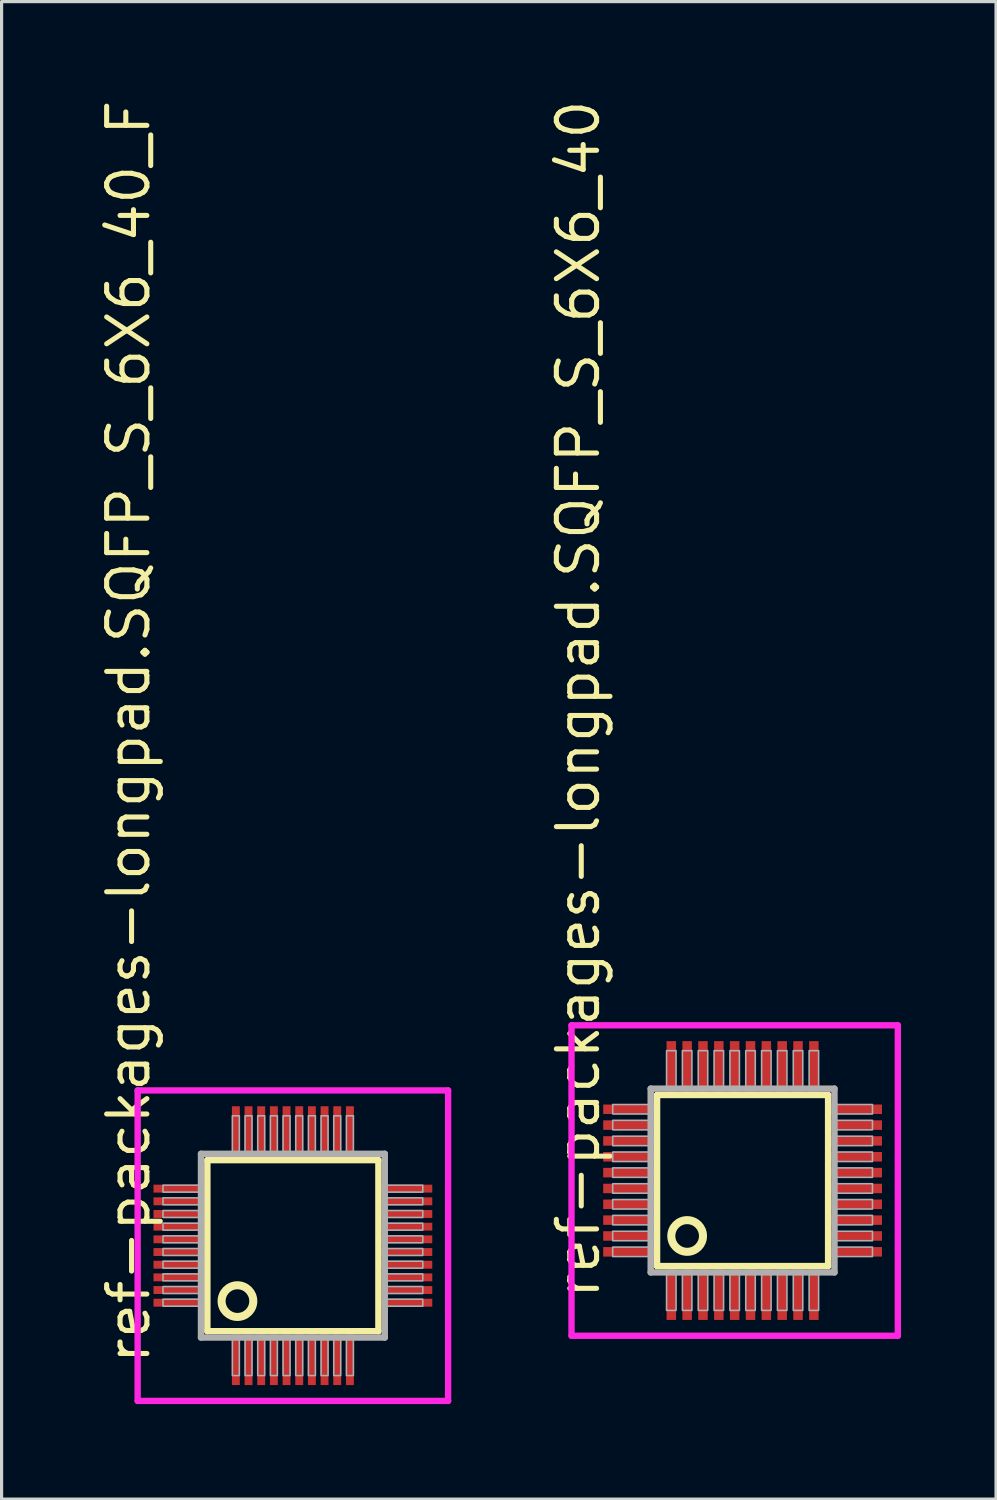
<source format=kicad_pcb>
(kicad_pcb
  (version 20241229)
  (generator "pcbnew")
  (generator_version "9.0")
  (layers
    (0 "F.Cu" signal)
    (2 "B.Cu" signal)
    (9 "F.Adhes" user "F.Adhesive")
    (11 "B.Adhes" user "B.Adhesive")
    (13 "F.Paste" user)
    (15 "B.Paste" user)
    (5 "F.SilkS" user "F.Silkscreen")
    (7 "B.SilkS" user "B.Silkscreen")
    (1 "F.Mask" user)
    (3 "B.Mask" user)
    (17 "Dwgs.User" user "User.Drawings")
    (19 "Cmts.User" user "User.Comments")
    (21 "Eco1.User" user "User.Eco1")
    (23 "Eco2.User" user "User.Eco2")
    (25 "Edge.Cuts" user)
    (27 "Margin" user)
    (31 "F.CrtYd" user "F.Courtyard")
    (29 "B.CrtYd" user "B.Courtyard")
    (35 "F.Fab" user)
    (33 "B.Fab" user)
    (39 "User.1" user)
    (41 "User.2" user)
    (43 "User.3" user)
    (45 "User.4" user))
  (footprint "ref-packages-longpad.SQFP_S_6X6_40_F"
    (layer "F.Cu")
    (at 6.195 36.27)
    (property "Reference" "ref-packages-longpad.SQFP_S_6X6_40_F" (at -4.445 3.81 90) (layer "F.SilkS") (effects (font (size 1.27 1.27) (thickness 0.16)) (justify left bottom)))
    (attr smd)
    (fp_line (start -2.7 -2.7) (end 2.7 -2.7) (stroke (width 0.203) (type default)) (layer "F.SilkS"))
    (fp_line (start -2.7 2.7) (end -2.7 -2.7) (stroke (width 0.203) (type default)) (layer "F.SilkS"))
    (fp_line (start 2.7 -2.7) (end 2.7 2.7) (stroke (width 0.203) (type default)) (layer "F.SilkS"))
    (fp_line (start 2.7 2.7) (end -2.7 2.7) (stroke (width 0.203) (type default)) (layer "F.SilkS"))
    (fp_circle (center -1.75 1.75) (end -1.25 1.75) (stroke (width 0.254) (type default)) (fill no) (layer "F.SilkS"))
    (fp_line (start -4.9 -4.9) (end 4.9 -4.9) (stroke (width 0.2) (type default)) (layer "F.CrtYd"))
    (fp_line (start -4.9 4.9) (end -4.9 -4.9) (stroke (width 0.2) (type default)) (layer "F.CrtYd"))
    (fp_line (start 4.9 -4.9) (end 4.9 4.9) (stroke (width 0.2) (type default)) (layer "F.CrtYd"))
    (fp_line (start 4.9 4.9) (end -4.9 4.9) (stroke (width 0.2) (type default)) (layer "F.CrtYd"))
    (fp_line (start -2.9 -2.9) (end -2.9 2.9) (stroke (width 0.203) (type default)) (layer "F.Fab"))
    (fp_line (start -2.9 2.9) (end 2.9 2.9) (stroke (width 0.203) (type default)) (layer "F.Fab"))
    (fp_line (start 2.9 -2.9) (end -2.9 -2.9) (stroke (width 0.203) (type default)) (layer "F.Fab"))
    (fp_line (start 2.9 2.9) (end 2.9 -2.9) (stroke (width 0.203) (type default)) (layer "F.Fab"))
    (fp_rect (start -4.1 -1.69) (end -2.95 -1.91) (stroke (width 0.05) (type default)) (fill no) (layer "F.Fab"))
    (fp_rect (start -4.1 -1.29) (end -2.95 -1.51) (stroke (width 0.05) (type default)) (fill no) (layer "F.Fab"))
    (fp_rect (start -4.1 -0.89) (end -2.95 -1.11) (stroke (width 0.05) (type default)) (fill no) (layer "F.Fab"))
    (fp_rect (start -4.1 -0.49) (end -2.95 -0.71) (stroke (width 0.05) (type default)) (fill no) (layer "F.Fab"))
    (fp_rect (start -4.1 -0.09) (end -2.95 -0.31) (stroke (width 0.05) (type default)) (fill no) (layer "F.Fab"))
    (fp_rect (start -4.1 0.31) (end -2.95 0.09) (stroke (width 0.05) (type default)) (fill no) (layer "F.Fab"))
    (fp_rect (start -4.1 0.71) (end -2.95 0.49) (stroke (width 0.05) (type default)) (fill no) (layer "F.Fab"))
    (fp_rect (start -4.1 1.11) (end -2.95 0.89) (stroke (width 0.05) (type default)) (fill no) (layer "F.Fab"))
    (fp_rect (start -4.1 1.51) (end -2.95 1.29) (stroke (width 0.05) (type default)) (fill no) (layer "F.Fab"))
    (fp_rect (start -4.1 1.91) (end -2.95 1.69) (stroke (width 0.05) (type default)) (fill no) (layer "F.Fab"))
    (fp_rect (start -1.91 -2.95) (end -1.69 -4.1) (stroke (width 0.05) (type default)) (fill no) (layer "F.Fab"))
    (fp_rect (start -1.91 4.1) (end -1.69 2.95) (stroke (width 0.05) (type default)) (fill no) (layer "F.Fab"))
    (fp_rect (start -1.51 -2.95) (end -1.29 -4.1) (stroke (width 0.05) (type default)) (fill no) (layer "F.Fab"))
    (fp_rect (start -1.51 4.1) (end -1.29 2.95) (stroke (width 0.05) (type default)) (fill no) (layer "F.Fab"))
    (fp_rect (start -1.11 -2.95) (end -0.89 -4.1) (stroke (width 0.05) (type default)) (fill no) (layer "F.Fab"))
    (fp_rect (start -1.11 4.1) (end -0.89 2.95) (stroke (width 0.05) (type default)) (fill no) (layer "F.Fab"))
    (fp_rect (start -0.71 -2.95) (end -0.49 -4.1) (stroke (width 0.05) (type default)) (fill no) (layer "F.Fab"))
    (fp_rect (start -0.71 4.1) (end -0.49 2.95) (stroke (width 0.05) (type default)) (fill no) (layer "F.Fab"))
    (fp_rect (start -0.31 -2.95) (end -0.09 -4.1) (stroke (width 0.05) (type default)) (fill no) (layer "F.Fab"))
    (fp_rect (start -0.31 4.1) (end -0.09 2.95) (stroke (width 0.05) (type default)) (fill no) (layer "F.Fab"))
    (fp_rect (start 0.09 -2.95) (end 0.31 -4.1) (stroke (width 0.05) (type default)) (fill no) (layer "F.Fab"))
    (fp_rect (start 0.09 4.1) (end 0.31 2.95) (stroke (width 0.05) (type default)) (fill no) (layer "F.Fab"))
    (fp_rect (start 0.49 -2.95) (end 0.71 -4.1) (stroke (width 0.05) (type default)) (fill no) (layer "F.Fab"))
    (fp_rect (start 0.49 4.1) (end 0.71 2.95) (stroke (width 0.05) (type default)) (fill no) (layer "F.Fab"))
    (fp_rect (start 0.89 -2.95) (end 1.11 -4.1) (stroke (width 0.05) (type default)) (fill no) (layer "F.Fab"))
    (fp_rect (start 0.89 4.1) (end 1.11 2.95) (stroke (width 0.05) (type default)) (fill no) (layer "F.Fab"))
    (fp_rect (start 1.29 -2.95) (end 1.51 -4.1) (stroke (width 0.05) (type default)) (fill no) (layer "F.Fab"))
    (fp_rect (start 1.29 4.1) (end 1.51 2.95) (stroke (width 0.05) (type default)) (fill no) (layer "F.Fab"))
    (fp_rect (start 1.69 -2.95) (end 1.91 -4.1) (stroke (width 0.05) (type default)) (fill no) (layer "F.Fab"))
    (fp_rect (start 1.69 4.1) (end 1.91 2.95) (stroke (width 0.05) (type default)) (fill no) (layer "F.Fab"))
    (fp_rect (start 2.95 -1.69) (end 4.1 -1.91) (stroke (width 0.05) (type default)) (fill no) (layer "F.Fab"))
    (fp_rect (start 2.95 -1.29) (end 4.1 -1.51) (stroke (width 0.05) (type default)) (fill no) (layer "F.Fab"))
    (fp_rect (start 2.95 -0.89) (end 4.1 -1.11) (stroke (width 0.05) (type default)) (fill no) (layer "F.Fab"))
    (fp_rect (start 2.95 -0.49) (end 4.1 -0.71) (stroke (width 0.05) (type default)) (fill no) (layer "F.Fab"))
    (fp_rect (start 2.95 -0.09) (end 4.1 -0.31) (stroke (width 0.05) (type default)) (fill no) (layer "F.Fab"))
    (fp_rect (start 2.95 0.31) (end 4.1 0.09) (stroke (width 0.05) (type default)) (fill no) (layer "F.Fab"))
    (fp_rect (start 2.95 0.71) (end 4.1 0.49) (stroke (width 0.05) (type default)) (fill no) (layer "F.Fab"))
    (fp_rect (start 2.95 1.11) (end 4.1 0.89) (stroke (width 0.05) (type default)) (fill no) (layer "F.Fab"))
    (fp_rect (start 2.95 1.51) (end 4.1 1.29) (stroke (width 0.05) (type default)) (fill no) (layer "F.Fab"))
    (fp_rect (start 2.95 1.91) (end 4.1 1.69) (stroke (width 0.05) (type default)) (fill no) (layer "F.Fab"))
    (pad "1" smd roundrect (at -1.8 3.6) (size 0.25 1.6) (layers "F.Cu" "F.Mask" "F.Paste") (roundrect_rratio 0.01))
    (pad "2" smd roundrect (at -1.4 3.6) (size 0.25 1.6) (layers "F.Cu" "F.Mask" "F.Paste") (roundrect_rratio 0.01))
    (pad "3" smd roundrect (at -1 3.6) (size 0.25 1.6) (layers "F.Cu" "F.Mask" "F.Paste") (roundrect_rratio 0.01))
    (pad "4" smd roundrect (at -0.6 3.6) (size 0.25 1.6) (layers "F.Cu" "F.Mask" "F.Paste") (roundrect_rratio 0.01))
    (pad "5" smd roundrect (at -0.2 3.6) (size 0.25 1.6) (layers "F.Cu" "F.Mask" "F.Paste") (roundrect_rratio 0.01))
    (pad "6" smd roundrect (at 0.2 3.6) (size 0.25 1.6) (layers "F.Cu" "F.Mask" "F.Paste") (roundrect_rratio 0.01))
    (pad "7" smd roundrect (at 0.6 3.6) (size 0.25 1.6) (layers "F.Cu" "F.Mask" "F.Paste") (roundrect_rratio 0.01))
    (pad "8" smd roundrect (at 1 3.6) (size 0.25 1.6) (layers "F.Cu" "F.Mask" "F.Paste") (roundrect_rratio 0.01))
    (pad "9" smd roundrect (at 1.4 3.6) (size 0.25 1.6) (layers "F.Cu" "F.Mask" "F.Paste") (roundrect_rratio 0.01))
    (pad "10" smd roundrect (at 1.8 3.6) (size 0.25 1.6) (layers "F.Cu" "F.Mask" "F.Paste") (roundrect_rratio 0.01))
    (pad "11" smd roundrect (at 3.6 1.8) (size 1.6 0.25) (layers "F.Cu" "F.Mask" "F.Paste") (roundrect_rratio 0.01))
    (pad "12" smd roundrect (at 3.6 1.4) (size 1.6 0.25) (layers "F.Cu" "F.Mask" "F.Paste") (roundrect_rratio 0.01))
    (pad "13" smd roundrect (at 3.6 1) (size 1.6 0.25) (layers "F.Cu" "F.Mask" "F.Paste") (roundrect_rratio 0.01))
    (pad "14" smd roundrect (at 3.6 0.6) (size 1.6 0.25) (layers "F.Cu" "F.Mask" "F.Paste") (roundrect_rratio 0.01))
    (pad "15" smd roundrect (at 3.6 0.2) (size 1.6 0.25) (layers "F.Cu" "F.Mask" "F.Paste") (roundrect_rratio 0.01))
    (pad "16" smd roundrect (at 3.6 -0.2) (size 1.6 0.25) (layers "F.Cu" "F.Mask" "F.Paste") (roundrect_rratio 0.01))
    (pad "17" smd roundrect (at 3.6 -0.6) (size 1.6 0.25) (layers "F.Cu" "F.Mask" "F.Paste") (roundrect_rratio 0.01))
    (pad "18" smd roundrect (at 3.6 -1) (size 1.6 0.25) (layers "F.Cu" "F.Mask" "F.Paste") (roundrect_rratio 0.01))
    (pad "19" smd roundrect (at 3.6 -1.4) (size 1.6 0.25) (layers "F.Cu" "F.Mask" "F.Paste") (roundrect_rratio 0.01))
    (pad "20" smd roundrect (at 3.6 -1.8) (size 1.6 0.25) (layers "F.Cu" "F.Mask" "F.Paste") (roundrect_rratio 0.01))
    (pad "21" smd roundrect (at 1.8 -3.6) (size 0.25 1.6) (layers "F.Cu" "F.Mask" "F.Paste") (roundrect_rratio 0.01))
    (pad "22" smd roundrect (at 1.4 -3.6) (size 0.25 1.6) (layers "F.Cu" "F.Mask" "F.Paste") (roundrect_rratio 0.01))
    (pad "23" smd roundrect (at 1 -3.6) (size 0.25 1.6) (layers "F.Cu" "F.Mask" "F.Paste") (roundrect_rratio 0.01))
    (pad "24" smd roundrect (at 0.6 -3.6) (size 0.25 1.6) (layers "F.Cu" "F.Mask" "F.Paste") (roundrect_rratio 0.01))
    (pad "25" smd roundrect (at 0.2 -3.6) (size 0.25 1.6) (layers "F.Cu" "F.Mask" "F.Paste") (roundrect_rratio 0.01))
    (pad "26" smd roundrect (at -0.2 -3.6) (size 0.25 1.6) (layers "F.Cu" "F.Mask" "F.Paste") (roundrect_rratio 0.01))
    (pad "27" smd roundrect (at -0.6 -3.6) (size 0.25 1.6) (layers "F.Cu" "F.Mask" "F.Paste") (roundrect_rratio 0.01))
    (pad "28" smd roundrect (at -1 -3.6) (size 0.25 1.6) (layers "F.Cu" "F.Mask" "F.Paste") (roundrect_rratio 0.01))
    (pad "29" smd roundrect (at -1.4 -3.6) (size 0.25 1.6) (layers "F.Cu" "F.Mask" "F.Paste") (roundrect_rratio 0.01))
    (pad "30" smd roundrect (at -1.8 -3.6) (size 0.25 1.6) (layers "F.Cu" "F.Mask" "F.Paste") (roundrect_rratio 0.01))
    (pad "31" smd roundrect (at -3.6 -1.8) (size 1.6 0.25) (layers "F.Cu" "F.Mask" "F.Paste") (roundrect_rratio 0.01))
    (pad "32" smd roundrect (at -3.6 -1.4) (size 1.6 0.25) (layers "F.Cu" "F.Mask" "F.Paste") (roundrect_rratio 0.01))
    (pad "33" smd roundrect (at -3.6 -1) (size 1.6 0.25) (layers "F.Cu" "F.Mask" "F.Paste") (roundrect_rratio 0.01))
    (pad "34" smd roundrect (at -3.6 -0.6) (size 1.6 0.25) (layers "F.Cu" "F.Mask" "F.Paste") (roundrect_rratio 0.01))
    (pad "35" smd roundrect (at -3.6 -0.2) (size 1.6 0.25) (layers "F.Cu" "F.Mask" "F.Paste") (roundrect_rratio 0.01))
    (pad "36" smd roundrect (at -3.6 0.2) (size 1.6 0.25) (layers "F.Cu" "F.Mask" "F.Paste") (roundrect_rratio 0.01))
    (pad "37" smd roundrect (at -3.6 0.6) (size 1.6 0.25) (layers "F.Cu" "F.Mask" "F.Paste") (roundrect_rratio 0.01))
    (pad "38" smd roundrect (at -3.6 1) (size 1.6 0.25) (layers "F.Cu" "F.Mask" "F.Paste") (roundrect_rratio 0.01))
    (pad "39" smd roundrect (at -3.6 1.4) (size 1.6 0.25) (layers "F.Cu" "F.Mask" "F.Paste") (roundrect_rratio 0.01))
    (pad "40" smd roundrect (at -3.6 1.8) (size 1.6 0.25) (layers "F.Cu" "F.Mask" "F.Paste") (roundrect_rratio 0.01)))
  (footprint "ref-packages-longpad.SQFP_S_6X6_40"
    (layer "F.Cu")
    (at 20.39 34.214)
    (property "Reference" "ref-packages-longpad.SQFP_S_6X6_40" (at -4.445 3.81 90) (layer "F.SilkS") (effects (font (size 1.27 1.27) (thickness 0.16)) (justify left bottom)))
    (attr smd)
    (fp_line (start -2.7 -2.7) (end 2.7 -2.7) (stroke (width 0.203) (type default)) (layer "F.SilkS"))
    (fp_line (start -2.7 2.7) (end -2.7 -2.7) (stroke (width 0.203) (type default)) (layer "F.SilkS"))
    (fp_line (start 2.7 -2.7) (end 2.7 2.7) (stroke (width 0.203) (type default)) (layer "F.SilkS"))
    (fp_line (start 2.7 2.7) (end -2.7 2.7) (stroke (width 0.203) (type default)) (layer "F.SilkS"))
    (fp_circle (center -1.75 1.75) (end -1.25 1.75) (stroke (width 0.254) (type default)) (fill no) (layer "F.SilkS"))
    (fp_line (start -5.4 -4.9) (end 4.9 -4.9) (stroke (width 0.2) (type default)) (layer "F.CrtYd"))
    (fp_line (start -5.4 4.9) (end -5.4 -4.9) (stroke (width 0.2) (type default)) (layer "F.CrtYd"))
    (fp_line (start 4.9 -4.9) (end 4.9 4.9) (stroke (width 0.2) (type default)) (layer "F.CrtYd"))
    (fp_line (start 4.9 4.9) (end -5.4 4.9) (stroke (width 0.2) (type default)) (layer "F.CrtYd"))
    (fp_line (start -2.9 -2.9) (end -2.9 2.9) (stroke (width 0.203) (type default)) (layer "F.Fab"))
    (fp_line (start -2.9 2.9) (end 2.9 2.9) (stroke (width 0.203) (type default)) (layer "F.Fab"))
    (fp_line (start 2.9 -2.9) (end -2.9 -2.9) (stroke (width 0.203) (type default)) (layer "F.Fab"))
    (fp_line (start 2.9 2.9) (end 2.9 -2.9) (stroke (width 0.203) (type default)) (layer "F.Fab"))
    (fp_rect (start -4.1 -2.1) (end -2.95 -2.4) (stroke (width 0.05) (type default)) (fill no) (layer "F.Fab"))
    (fp_rect (start -4.1 -1.6) (end -2.95 -1.9) (stroke (width 0.05) (type default)) (fill no) (layer "F.Fab"))
    (fp_rect (start -4.1 -1.1) (end -2.95 -1.4) (stroke (width 0.05) (type default)) (fill no) (layer "F.Fab"))
    (fp_rect (start -4.1 -0.6) (end -2.95 -0.9) (stroke (width 0.05) (type default)) (fill no) (layer "F.Fab"))
    (fp_rect (start -4.1 -0.1) (end -2.95 -0.4) (stroke (width 0.05) (type default)) (fill no) (layer "F.Fab"))
    (fp_rect (start -4.1 0.4) (end -2.95 0.1) (stroke (width 0.05) (type default)) (fill no) (layer "F.Fab"))
    (fp_rect (start -4.1 0.9) (end -2.95 0.6) (stroke (width 0.05) (type default)) (fill no) (layer "F.Fab"))
    (fp_rect (start -4.1 1.4) (end -2.95 1.1) (stroke (width 0.05) (type default)) (fill no) (layer "F.Fab"))
    (fp_rect (start -4.1 1.9) (end -2.95 1.6) (stroke (width 0.05) (type default)) (fill no) (layer "F.Fab"))
    (fp_rect (start -4.1 2.4) (end -2.95 2.1) (stroke (width 0.05) (type default)) (fill no) (layer "F.Fab"))
    (fp_rect (start -2.4 -2.95) (end -2.1 -4.1) (stroke (width 0.05) (type default)) (fill no) (layer "F.Fab"))
    (fp_rect (start -2.4 4.1) (end -2.1 2.95) (stroke (width 0.05) (type default)) (fill no) (layer "F.Fab"))
    (fp_rect (start -1.9 -2.95) (end -1.6 -4.1) (stroke (width 0.05) (type default)) (fill no) (layer "F.Fab"))
    (fp_rect (start -1.9 4.1) (end -1.6 2.95) (stroke (width 0.05) (type default)) (fill no) (layer "F.Fab"))
    (fp_rect (start -1.4 -2.95) (end -1.1 -4.1) (stroke (width 0.05) (type default)) (fill no) (layer "F.Fab"))
    (fp_rect (start -1.4 4.1) (end -1.1 2.95) (stroke (width 0.05) (type default)) (fill no) (layer "F.Fab"))
    (fp_rect (start -0.9 -2.95) (end -0.6 -4.1) (stroke (width 0.05) (type default)) (fill no) (layer "F.Fab"))
    (fp_rect (start -0.9 4.1) (end -0.6 2.95) (stroke (width 0.05) (type default)) (fill no) (layer "F.Fab"))
    (fp_rect (start -0.4 -2.95) (end -0.1 -4.1) (stroke (width 0.05) (type default)) (fill no) (layer "F.Fab"))
    (fp_rect (start -0.4 4.1) (end -0.1 2.95) (stroke (width 0.05) (type default)) (fill no) (layer "F.Fab"))
    (fp_rect (start 0.1 -2.95) (end 0.4 -4.1) (stroke (width 0.05) (type default)) (fill no) (layer "F.Fab"))
    (fp_rect (start 0.1 4.1) (end 0.4 2.95) (stroke (width 0.05) (type default)) (fill no) (layer "F.Fab"))
    (fp_rect (start 0.6 -2.95) (end 0.9 -4.1) (stroke (width 0.05) (type default)) (fill no) (layer "F.Fab"))
    (fp_rect (start 0.6 4.1) (end 0.9 2.95) (stroke (width 0.05) (type default)) (fill no) (layer "F.Fab"))
    (fp_rect (start 1.1 -2.95) (end 1.4 -4.1) (stroke (width 0.05) (type default)) (fill no) (layer "F.Fab"))
    (fp_rect (start 1.1 4.1) (end 1.4 2.95) (stroke (width 0.05) (type default)) (fill no) (layer "F.Fab"))
    (fp_rect (start 1.6 -2.95) (end 1.9 -4.1) (stroke (width 0.05) (type default)) (fill no) (layer "F.Fab"))
    (fp_rect (start 1.6 4.1) (end 1.9 2.95) (stroke (width 0.05) (type default)) (fill no) (layer "F.Fab"))
    (fp_rect (start 2.1 -2.95) (end 2.4 -4.1) (stroke (width 0.05) (type default)) (fill no) (layer "F.Fab"))
    (fp_rect (start 2.1 4.1) (end 2.4 2.95) (stroke (width 0.05) (type default)) (fill no) (layer "F.Fab"))
    (fp_rect (start 2.95 -2.1) (end 4.1 -2.4) (stroke (width 0.05) (type default)) (fill no) (layer "F.Fab"))
    (fp_rect (start 2.95 -1.6) (end 4.1 -1.9) (stroke (width 0.05) (type default)) (fill no) (layer "F.Fab"))
    (fp_rect (start 2.95 -1.1) (end 4.1 -1.4) (stroke (width 0.05) (type default)) (fill no) (layer "F.Fab"))
    (fp_rect (start 2.95 -0.6) (end 4.1 -0.9) (stroke (width 0.05) (type default)) (fill no) (layer "F.Fab"))
    (fp_rect (start 2.95 -0.1) (end 4.1 -0.4) (stroke (width 0.05) (type default)) (fill no) (layer "F.Fab"))
    (fp_rect (start 2.95 0.4) (end 4.1 0.1) (stroke (width 0.05) (type default)) (fill no) (layer "F.Fab"))
    (fp_rect (start 2.95 0.9) (end 4.1 0.6) (stroke (width 0.05) (type default)) (fill no) (layer "F.Fab"))
    (fp_rect (start 2.95 1.4) (end 4.1 1.1) (stroke (width 0.05) (type default)) (fill no) (layer "F.Fab"))
    (fp_rect (start 2.95 1.9) (end 4.1 1.6) (stroke (width 0.05) (type default)) (fill no) (layer "F.Fab"))
    (fp_rect (start 2.95 2.4) (end 4.1 2.1) (stroke (width 0.05) (type default)) (fill no) (layer "F.Fab"))
    (pad "1" smd roundrect (at -2.25 3.6) (size 0.3 1.6) (layers "F.Cu" "F.Mask" "F.Paste") (roundrect_rratio 0.01))
    (pad "2" smd roundrect (at -1.75 3.6) (size 0.3 1.6) (layers "F.Cu" "F.Mask" "F.Paste") (roundrect_rratio 0.01))
    (pad "3" smd roundrect (at -1.25 3.6) (size 0.3 1.6) (layers "F.Cu" "F.Mask" "F.Paste") (roundrect_rratio 0.01))
    (pad "4" smd roundrect (at -0.75 3.6) (size 0.3 1.6) (layers "F.Cu" "F.Mask" "F.Paste") (roundrect_rratio 0.01))
    (pad "5" smd roundrect (at -0.25 3.6) (size 0.3 1.6) (layers "F.Cu" "F.Mask" "F.Paste") (roundrect_rratio 0.01))
    (pad "6" smd roundrect (at 0.25 3.6) (size 0.3 1.6) (layers "F.Cu" "F.Mask" "F.Paste") (roundrect_rratio 0.01))
    (pad "7" smd roundrect (at 0.75 3.6) (size 0.3 1.6) (layers "F.Cu" "F.Mask" "F.Paste") (roundrect_rratio 0.01))
    (pad "8" smd roundrect (at 1.25 3.6) (size 0.3 1.6) (layers "F.Cu" "F.Mask" "F.Paste") (roundrect_rratio 0.01))
    (pad "9" smd roundrect (at 1.75 3.6) (size 0.3 1.6) (layers "F.Cu" "F.Mask" "F.Paste") (roundrect_rratio 0.01))
    (pad "10" smd roundrect (at 2.25 3.6) (size 0.3 1.6) (layers "F.Cu" "F.Mask" "F.Paste") (roundrect_rratio 0.01))
    (pad "11" smd roundrect (at 3.6 2.25) (size 1.6 0.3) (layers "F.Cu" "F.Mask" "F.Paste") (roundrect_rratio 0.01))
    (pad "12" smd roundrect (at 3.6 1.75) (size 1.6 0.3) (layers "F.Cu" "F.Mask" "F.Paste") (roundrect_rratio 0.01))
    (pad "13" smd roundrect (at 3.6 1.25) (size 1.6 0.3) (layers "F.Cu" "F.Mask" "F.Paste") (roundrect_rratio 0.01))
    (pad "14" smd roundrect (at 3.6 0.75) (size 1.6 0.3) (layers "F.Cu" "F.Mask" "F.Paste") (roundrect_rratio 0.01))
    (pad "15" smd roundrect (at 3.6 0.25) (size 1.6 0.3) (layers "F.Cu" "F.Mask" "F.Paste") (roundrect_rratio 0.01))
    (pad "16" smd roundrect (at 3.6 -0.25) (size 1.6 0.3) (layers "F.Cu" "F.Mask" "F.Paste") (roundrect_rratio 0.01))
    (pad "17" smd roundrect (at 3.6 -0.75) (size 1.6 0.3) (layers "F.Cu" "F.Mask" "F.Paste") (roundrect_rratio 0.01))
    (pad "18" smd roundrect (at 3.6 -1.25) (size 1.6 0.3) (layers "F.Cu" "F.Mask" "F.Paste") (roundrect_rratio 0.01))
    (pad "19" smd roundrect (at 3.6 -1.75) (size 1.6 0.3) (layers "F.Cu" "F.Mask" "F.Paste") (roundrect_rratio 0.01))
    (pad "20" smd roundrect (at 3.6 -2.25) (size 1.6 0.3) (layers "F.Cu" "F.Mask" "F.Paste") (roundrect_rratio 0.01))
    (pad "21" smd roundrect (at 2.25 -3.6) (size 0.3 1.6) (layers "F.Cu" "F.Mask" "F.Paste") (roundrect_rratio 0.01))
    (pad "22" smd roundrect (at 1.75 -3.6) (size 0.3 1.6) (layers "F.Cu" "F.Mask" "F.Paste") (roundrect_rratio 0.01))
    (pad "23" smd roundrect (at 1.25 -3.6) (size 0.3 1.6) (layers "F.Cu" "F.Mask" "F.Paste") (roundrect_rratio 0.01))
    (pad "24" smd roundrect (at 0.75 -3.6) (size 0.3 1.6) (layers "F.Cu" "F.Mask" "F.Paste") (roundrect_rratio 0.01))
    (pad "25" smd roundrect (at 0.25 -3.6) (size 0.3 1.6) (layers "F.Cu" "F.Mask" "F.Paste") (roundrect_rratio 0.01))
    (pad "26" smd roundrect (at -0.25 -3.6) (size 0.3 1.6) (layers "F.Cu" "F.Mask" "F.Paste") (roundrect_rratio 0.01))
    (pad "27" smd roundrect (at -0.75 -3.6) (size 0.3 1.6) (layers "F.Cu" "F.Mask" "F.Paste") (roundrect_rratio 0.01))
    (pad "28" smd roundrect (at -1.25 -3.6) (size 0.3 1.6) (layers "F.Cu" "F.Mask" "F.Paste") (roundrect_rratio 0.01))
    (pad "29" smd roundrect (at -1.75 -3.6) (size 0.3 1.6) (layers "F.Cu" "F.Mask" "F.Paste") (roundrect_rratio 0.01))
    (pad "30" smd roundrect (at -2.25 -3.6) (size 0.3 1.6) (layers "F.Cu" "F.Mask" "F.Paste") (roundrect_rratio 0.01))
    (pad "31" smd roundrect (at -3.6 -2.25) (size 1.6 0.3) (layers "F.Cu" "F.Mask" "F.Paste") (roundrect_rratio 0.01))
    (pad "32" smd roundrect (at -3.6 -1.75) (size 1.6 0.3) (layers "F.Cu" "F.Mask" "F.Paste") (roundrect_rratio 0.01))
    (pad "33" smd roundrect (at -3.6 -1.25) (size 1.6 0.3) (layers "F.Cu" "F.Mask" "F.Paste") (roundrect_rratio 0.01))
    (pad "34" smd roundrect (at -3.6 -0.75) (size 1.6 0.3) (layers "F.Cu" "F.Mask" "F.Paste") (roundrect_rratio 0.01))
    (pad "35" smd roundrect (at -3.6 -0.25) (size 1.6 0.3) (layers "F.Cu" "F.Mask" "F.Paste") (roundrect_rratio 0.01))
    (pad "36" smd roundrect (at -3.6 0.25) (size 1.6 0.3) (layers "F.Cu" "F.Mask" "F.Paste") (roundrect_rratio 0.01))
    (pad "37" smd roundrect (at -3.6 0.75) (size 1.6 0.3) (layers "F.Cu" "F.Mask" "F.Paste") (roundrect_rratio 0.01))
    (pad "38" smd roundrect (at -3.6 1.25) (size 1.6 0.3) (layers "F.Cu" "F.Mask" "F.Paste") (roundrect_rratio 0.01))
    (pad "39" smd roundrect (at -3.6 1.75) (size 1.6 0.3) (layers "F.Cu" "F.Mask" "F.Paste") (roundrect_rratio 0.01))
    (pad "40" smd roundrect (at -3.6 2.25) (size 1.6 0.3) (layers "F.Cu" "F.Mask" "F.Paste") (roundrect_rratio 0.01)))
  (gr_rect
    (start -3 -3)
    (end 28.39 44.27)
    (stroke (width 0.1) (type default))
    (fill no)
    (layer "Edge.Cuts")))
</source>
